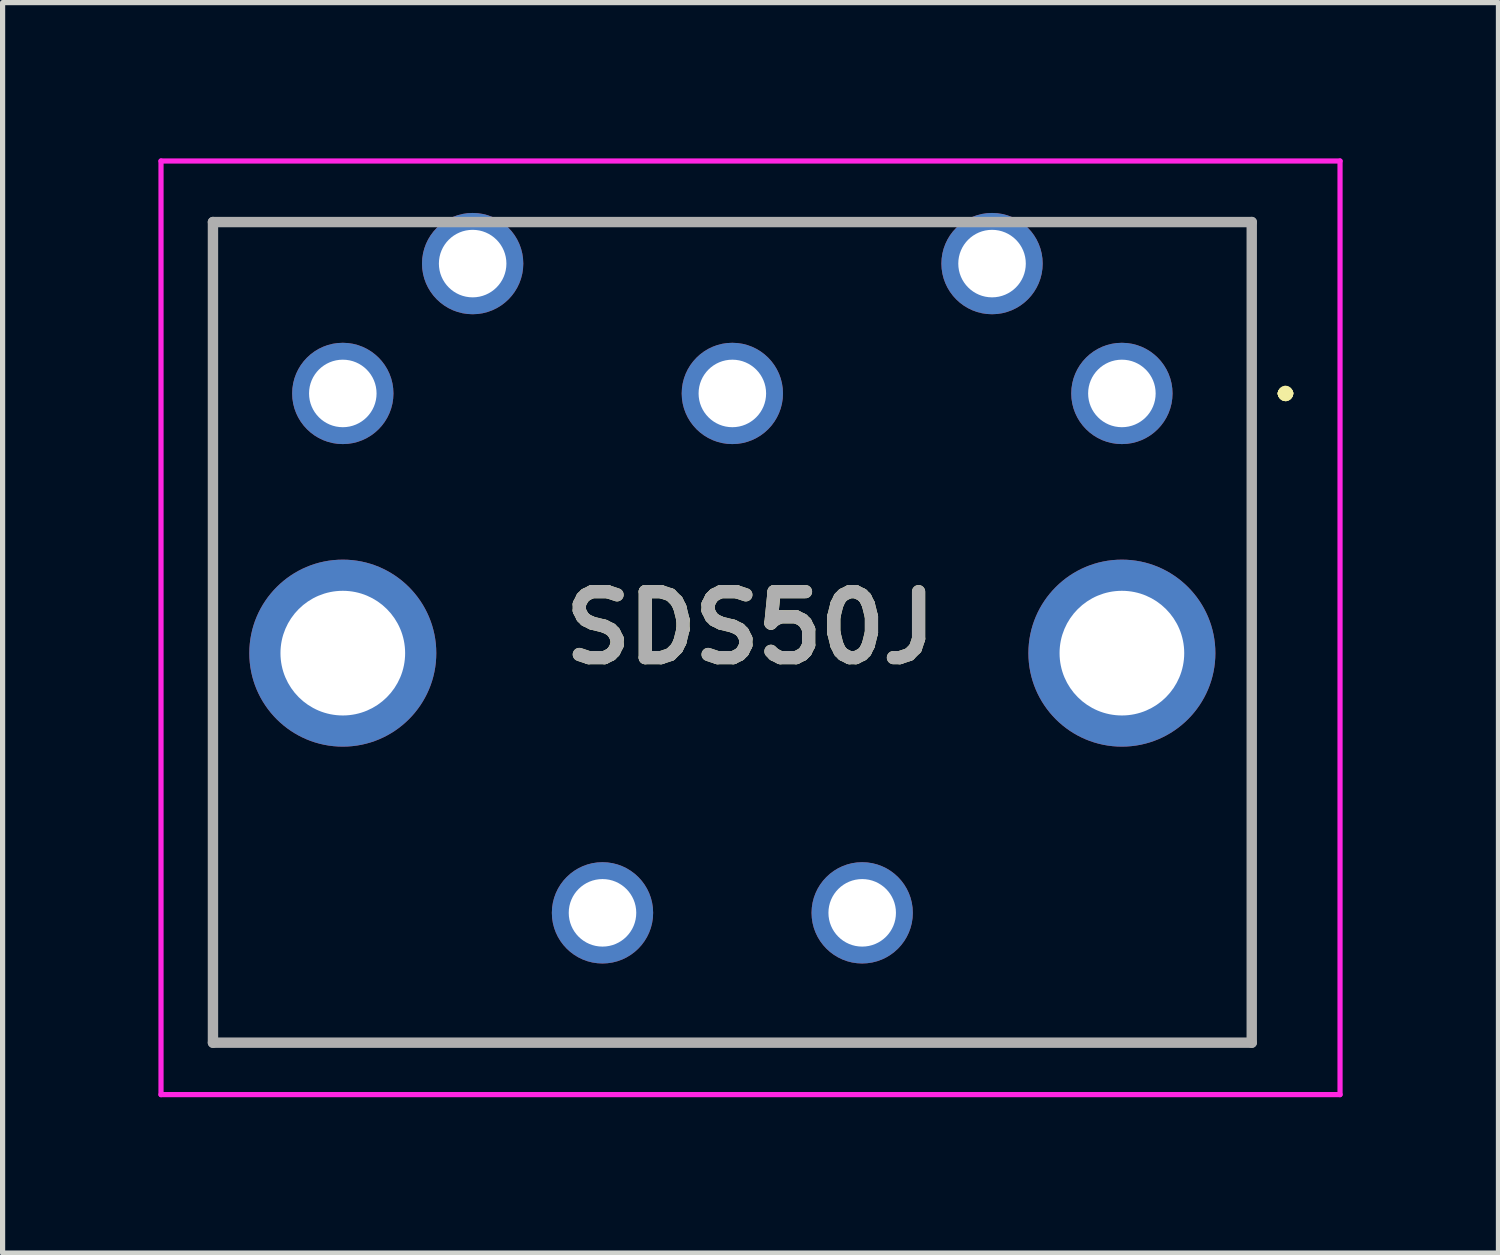
<source format=kicad_pcb>
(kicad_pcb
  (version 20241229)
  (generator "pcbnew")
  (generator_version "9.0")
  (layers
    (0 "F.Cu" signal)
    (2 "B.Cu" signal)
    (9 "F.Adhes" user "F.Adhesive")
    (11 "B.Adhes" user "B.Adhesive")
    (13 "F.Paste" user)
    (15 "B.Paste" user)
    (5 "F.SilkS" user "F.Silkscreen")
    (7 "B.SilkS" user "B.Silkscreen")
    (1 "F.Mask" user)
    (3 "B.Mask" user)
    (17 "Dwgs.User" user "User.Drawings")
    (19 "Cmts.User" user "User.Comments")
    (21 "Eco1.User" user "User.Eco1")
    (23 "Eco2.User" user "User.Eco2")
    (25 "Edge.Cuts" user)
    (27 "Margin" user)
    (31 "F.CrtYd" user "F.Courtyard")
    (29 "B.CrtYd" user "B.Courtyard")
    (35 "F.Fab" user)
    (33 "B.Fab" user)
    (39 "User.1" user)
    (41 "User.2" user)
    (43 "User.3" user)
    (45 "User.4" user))
  (footprint "SDS50J"
    (layer "F.Cu")
    (at 18.55 4.525)
    (property "Reference" "SDS50J" (at -7.15 4.512 0) (layer "F.SilkS") (effects (font (size 1.27 1.27) (thickness 0.254))))
    (attr through_hole)
    (fp_line (start -17.5 -3.3) (end -17.5 -3.3) (stroke (width 0.1) (type solid)) (layer "F.SilkS"))
    (fp_line (start -17.5 -3.3) (end -17.5 -3.3) (stroke (width 0.1) (type solid)) (layer "F.SilkS"))
    (fp_line (start -17.5 -3.3) (end -17.5 12.5) (stroke (width 0.1) (type solid)) (layer "F.SilkS"))
    (fp_line (start -17.5 -3.3) (end -14 -3.3) (stroke (width 0.1) (type solid)) (layer "F.SilkS"))
    (fp_line (start -17.5 12.5) (end -17.5 -3.3) (stroke (width 0.1) (type solid)) (layer "F.SilkS"))
    (fp_line (start -17.5 12.5) (end -17.5 12.5) (stroke (width 0.1) (type solid)) (layer "F.SilkS"))
    (fp_line (start -17.5 12.5) (end -17.5 12.5) (stroke (width 0.1) (type solid)) (layer "F.SilkS"))
    (fp_line (start -17.5 12.5) (end 2.5 12.5) (stroke (width 0.1) (type solid)) (layer "F.SilkS"))
    (fp_line (start -14 -3.3) (end -17.5 -3.3) (stroke (width 0.1) (type solid)) (layer "F.SilkS"))
    (fp_line (start -14 -3.3) (end -14 -3.3) (stroke (width 0.1) (type solid)) (layer "F.SilkS"))
    (fp_line (start -10.75 -3.3) (end -10.75 -3.3) (stroke (width 0.1) (type solid)) (layer "F.SilkS"))
    (fp_line (start -10.75 -3.3) (end -4 -3.3) (stroke (width 0.1) (type solid)) (layer "F.SilkS"))
    (fp_line (start -4 -3.3) (end -10.75 -3.3) (stroke (width 0.1) (type solid)) (layer "F.SilkS"))
    (fp_line (start -4 -3.3) (end -4 -3.3) (stroke (width 0.1) (type solid)) (layer "F.SilkS"))
    (fp_line (start -1 -3.3) (end -1 -3.3) (stroke (width 0.1) (type solid)) (layer "F.SilkS"))
    (fp_line (start -1 -3.3) (end 2.5 -3.3) (stroke (width 0.1) (type solid)) (layer "F.SilkS"))
    (fp_line (start 2.5 -3.3) (end -1 -3.3) (stroke (width 0.1) (type solid)) (layer "F.SilkS"))
    (fp_line (start 2.5 -3.3) (end 2.5 -3.3) (stroke (width 0.1) (type solid)) (layer "F.SilkS"))
    (fp_line (start 2.5 -3.3) (end 2.5 -3.3) (stroke (width 0.1) (type solid)) (layer "F.SilkS"))
    (fp_line (start 2.5 -3.3) (end 2.5 12.5) (stroke (width 0.1) (type solid)) (layer "F.SilkS"))
    (fp_line (start 2.5 12.5) (end -17.5 12.5) (stroke (width 0.1) (type solid)) (layer "F.SilkS"))
    (fp_line (start 2.5 12.5) (end 2.5 -3.3) (stroke (width 0.1) (type solid)) (layer "F.SilkS"))
    (fp_line (start 2.5 12.5) (end 2.5 12.5) (stroke (width 0.1) (type solid)) (layer "F.SilkS"))
    (fp_line (start 2.5 12.5) (end 2.5 12.5) (stroke (width 0.1) (type solid)) (layer "F.SilkS"))
    (fp_line (start 3.1 0) (end 3.1 0) (stroke (width 0.2) (type solid)) (layer "F.SilkS"))
    (fp_line (start 3.1 0) (end 3.1 0) (stroke (width 0.2) (type solid)) (layer "F.SilkS"))
    (fp_line (start 3.2 0) (end 3.2 0) (stroke (width 0.2) (type solid)) (layer "F.SilkS"))
    (fp_arc (start 3.1 0) (mid 3.15 -0.05) (end 3.2 0) (stroke (width 0.2) (type solid)) (layer "F.SilkS"))
    (fp_arc (start 3.2 0) (mid 3.15 0.05) (end 3.1 0) (stroke (width 0.2) (type solid)) (layer "F.SilkS"))
    (fp_arc (start 3.2 0) (mid 3.15 0.05) (end 3.1 0) (stroke (width 0.2) (type solid)) (layer "F.SilkS"))
    (fp_line (start -18.5 -4.475) (end 4.2 -4.475) (stroke (width 0.1) (type solid)) (layer "F.CrtYd"))
    (fp_line (start -18.5 13.5) (end -18.5 -4.475) (stroke (width 0.1) (type solid)) (layer "F.CrtYd"))
    (fp_line (start 4.2 -4.475) (end 4.2 13.5) (stroke (width 0.1) (type solid)) (layer "F.CrtYd"))
    (fp_line (start 4.2 13.5) (end -18.5 13.5) (stroke (width 0.1) (type solid)) (layer "F.CrtYd"))
    (fp_line (start -17.5 -3.3) (end -17.5 12.5) (stroke (width 0.2) (type solid)) (layer "F.Fab"))
    (fp_line (start -17.5 12.5) (end 2.5 12.5) (stroke (width 0.2) (type solid)) (layer "F.Fab"))
    (fp_line (start 2.5 -3.3) (end -17.5 -3.3) (stroke (width 0.2) (type solid)) (layer "F.Fab"))
    (fp_line (start 2.5 12.5) (end 2.5 -3.3) (stroke (width 0.2) (type solid)) (layer "F.Fab"))
    (fp_text user "${REFERENCE}" (at -7.15 4.512 0) (layer "F.Fab") (effects (font (size 1.27 1.27) (thickness 0.254))))
    (pad "1" thru_hole circle (at 0 0) (size 1.95 1.95) (drill 1.3) (layers "*.Cu" "*.Mask"))
    (pad "2" thru_hole circle (at -7.5 0) (size 1.95 1.95) (drill 1.3) (layers "*.Cu" "*.Mask"))
    (pad "3" thru_hole circle (at -15 0) (size 1.95 1.95) (drill 1.3) (layers "*.Cu" "*.Mask"))
    (pad "4" thru_hole circle (at -2.5 -2.5) (size 1.95 1.95) (drill 1.3) (layers "*.Cu" "*.Mask"))
    (pad "5" thru_hole circle (at -12.5 -2.5) (size 1.95 1.95) (drill 1.3) (layers "*.Cu" "*.Mask"))
    (pad "MH1" thru_hole circle (at -5 10) (size 1.95 1.95) (drill 1.3) (layers "*.Cu" "*.Mask"))
    (pad "MH2" thru_hole circle (at -10 10) (size 1.95 1.95) (drill 1.3) (layers "*.Cu" "*.Mask"))
    (pad "MH3" thru_hole circle (at 0 5) (size 3.6 3.6) (drill 2.4) (layers "*.Cu" "*.Mask"))
    (pad "MH4" thru_hole circle (at -15 5) (size 3.6 3.6) (drill 2.4) (layers "*.Cu" "*.Mask")))
  (gr_rect
    (start -3 -3)
    (end 25.8 21.075)
    (stroke (width 0.1) (type default))
    (fill no)
    (layer "Edge.Cuts")))
</source>
